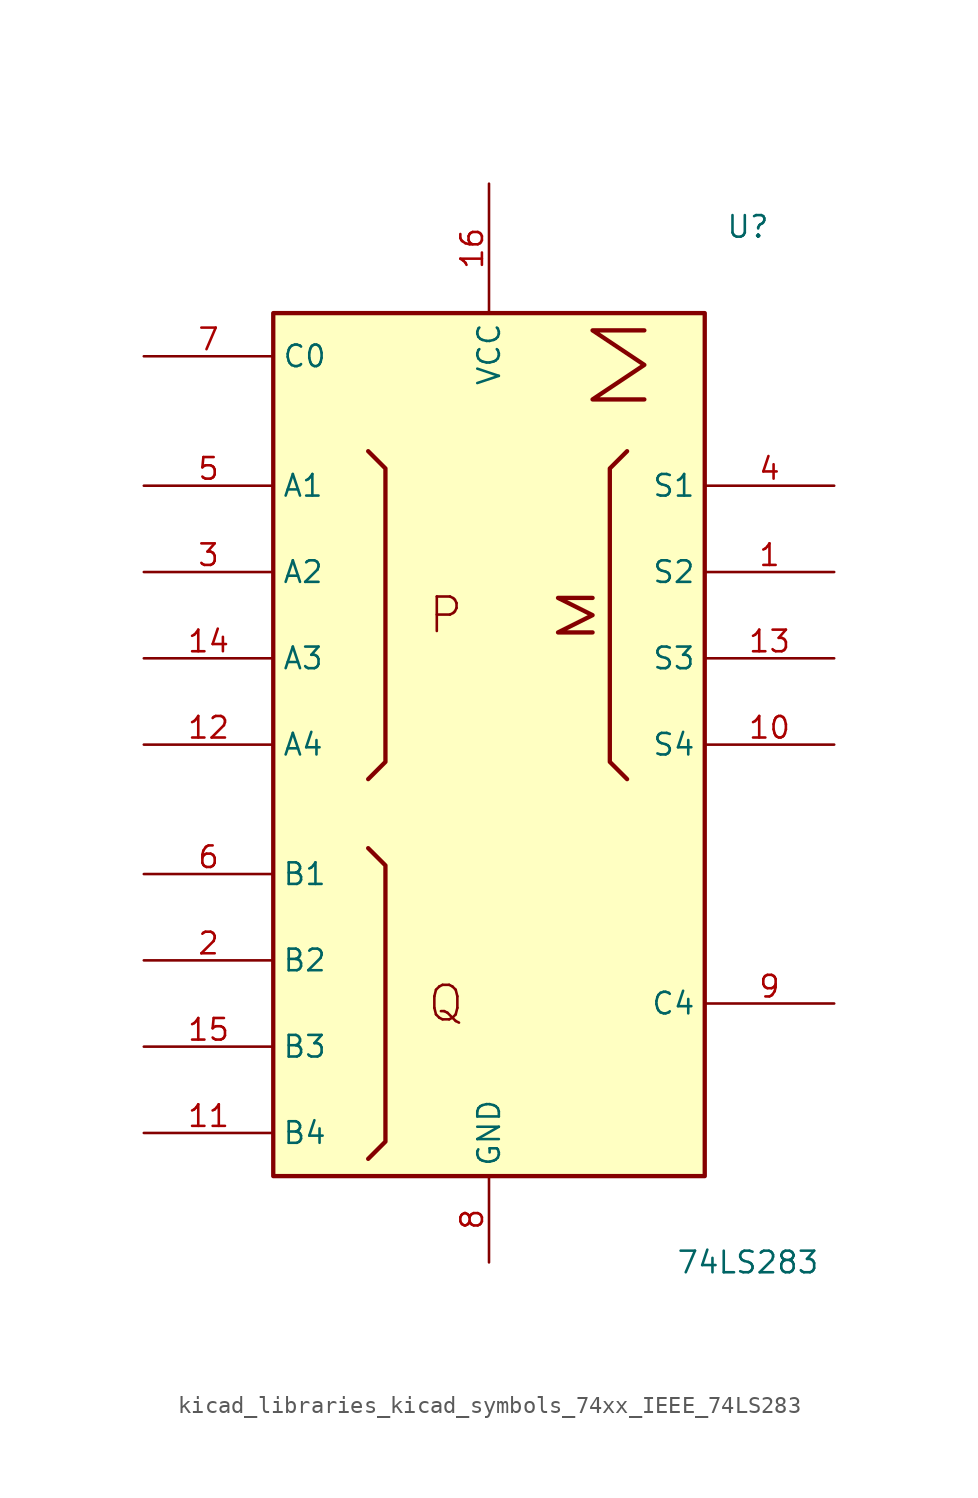
<source format=kicad_sym>
(kicad_symbol_lib
  (version 20220914)
  (generator kicad_symbol_editor)
  (symbol "kicad_libraries_kicad_symbols_74xx_IEEE_74LS283"
    (property "Reference" "U"
      (at 15.24 30.48 0)
      (effects (font (size 1.27 1.27))))
    (property "Value" "74LS283"
      (at 15.24 -30.48 0)
      (effects (font (size 1.27 1.27))))
    (symbol "kicad_libraries_kicad_symbols_74xx_IEEE_74LS283_0_0"
      (rectangle (start -12.7 25.4) (end 12.7 -25.4) (stroke (width 0.254) (type default)) (fill (type background)))
      (polyline (pts (xy -7.112 -6.096) (xy -6.096 -7.112) (xy -6.096 -23.368) (xy -7.112 -24.384) (xy -7.112 -24.384)) (stroke (width 0.254) (type default)) (fill (type background)))
      (polyline (pts (xy -7.112 17.272) (xy -6.096 16.256) (xy -6.096 -1.016) (xy -7.112 -2.032) (xy -7.112 -2.032)) (stroke (width 0.254) (type default)) (fill (type background)))
      (polyline (pts (xy 8.128 17.272) (xy 7.112 16.256) (xy 7.112 -1.016) (xy 8.128 -2.032) (xy 8.128 -2.032)) (stroke (width 0.254) (type default)) (fill (type background)))
      (polyline (pts (xy 6.096 8.636) (xy 4.064 8.636) (xy 6.096 7.62) (xy 4.064 6.604) (xy 6.096 6.604) (xy 6.096 6.604)) (stroke (width 0.254) (type default)) (fill (type background)))
      (polyline (pts (xy 9.144 24.384) (xy 6.096 24.384) (xy 9.144 22.352) (xy 6.096 20.32) (xy 9.144 20.32) (xy 9.144 20.32)) (stroke (width 0.254) (type default)) (fill (type background)))
      (text "P" (at -2.54 7.62 0) (effects (font (size 2.032 2.032))))
      (text "Q" (at -2.54 -15.24 0) (effects (font (size 2.032 2.032))))
      (pin power_in line (at 0 33.02 270) (length 7.62) (name "VCC" (effects (font (size 1.27 1.27)))) (number "16" (effects (font (size 1.27 1.27)))))
      (pin power_in line (at 0 -30.48 90) (length 5.08) (name "GND" (effects (font (size 1.27 1.27)))) (number "8" (effects (font (size 1.27 1.27))))))
    (symbol "kicad_libraries_kicad_symbols_74xx_IEEE_74LS283_1_1"
      (pin output line (at 20.32 10.16 180) (length 7.62) (name "S2" (effects (font (size 1.27 1.27)))) (number "1" (effects (font (size 1.27 1.27)))))
      (pin output line (at 20.32 0 180) (length 7.62) (name "S4" (effects (font (size 1.27 1.27)))) (number "10" (effects (font (size 1.27 1.27)))))
      (pin input line (at -20.32 -22.86 0) (length 7.62) (name "B4" (effects (font (size 1.27 1.27)))) (number "11" (effects (font (size 1.27 1.27)))))
      (pin input line (at -20.32 0 0) (length 7.62) (name "A4" (effects (font (size 1.27 1.27)))) (number "12" (effects (font (size 1.27 1.27)))))
      (pin output line (at 20.32 5.08 180) (length 7.62) (name "S3" (effects (font (size 1.27 1.27)))) (number "13" (effects (font (size 1.27 1.27)))))
      (pin input line (at -20.32 5.08 0) (length 7.62) (name "A3" (effects (font (size 1.27 1.27)))) (number "14" (effects (font (size 1.27 1.27)))))
      (pin input line (at -20.32 -17.78 0) (length 7.62) (name "B3" (effects (font (size 1.27 1.27)))) (number "15" (effects (font (size 1.27 1.27)))))
      (pin input line (at -20.32 -12.7 0) (length 7.62) (name "B2" (effects (font (size 1.27 1.27)))) (number "2" (effects (font (size 1.27 1.27)))))
      (pin input line (at -20.32 10.16 0) (length 7.62) (name "A2" (effects (font (size 1.27 1.27)))) (number "3" (effects (font (size 1.27 1.27)))))
      (pin output line (at 20.32 15.24 180) (length 7.62) (name "S1" (effects (font (size 1.27 1.27)))) (number "4" (effects (font (size 1.27 1.27)))))
      (pin input line (at -20.32 15.24 0) (length 7.62) (name "A1" (effects (font (size 1.27 1.27)))) (number "5" (effects (font (size 1.27 1.27)))))
      (pin input line (at -20.32 -7.62 0) (length 7.62) (name "B1" (effects (font (size 1.27 1.27)))) (number "6" (effects (font (size 1.27 1.27)))))
      (pin input line (at -20.32 22.86 0) (length 7.62) (name "C0" (effects (font (size 1.27 1.27)))) (number "7" (effects (font (size 1.27 1.27)))))
      (pin output line (at 20.32 -15.24 180) (length 7.62) (name "C4" (effects (font (size 1.27 1.27)))) (number "9" (effects (font (size 1.27 1.27))))))))
</source>
